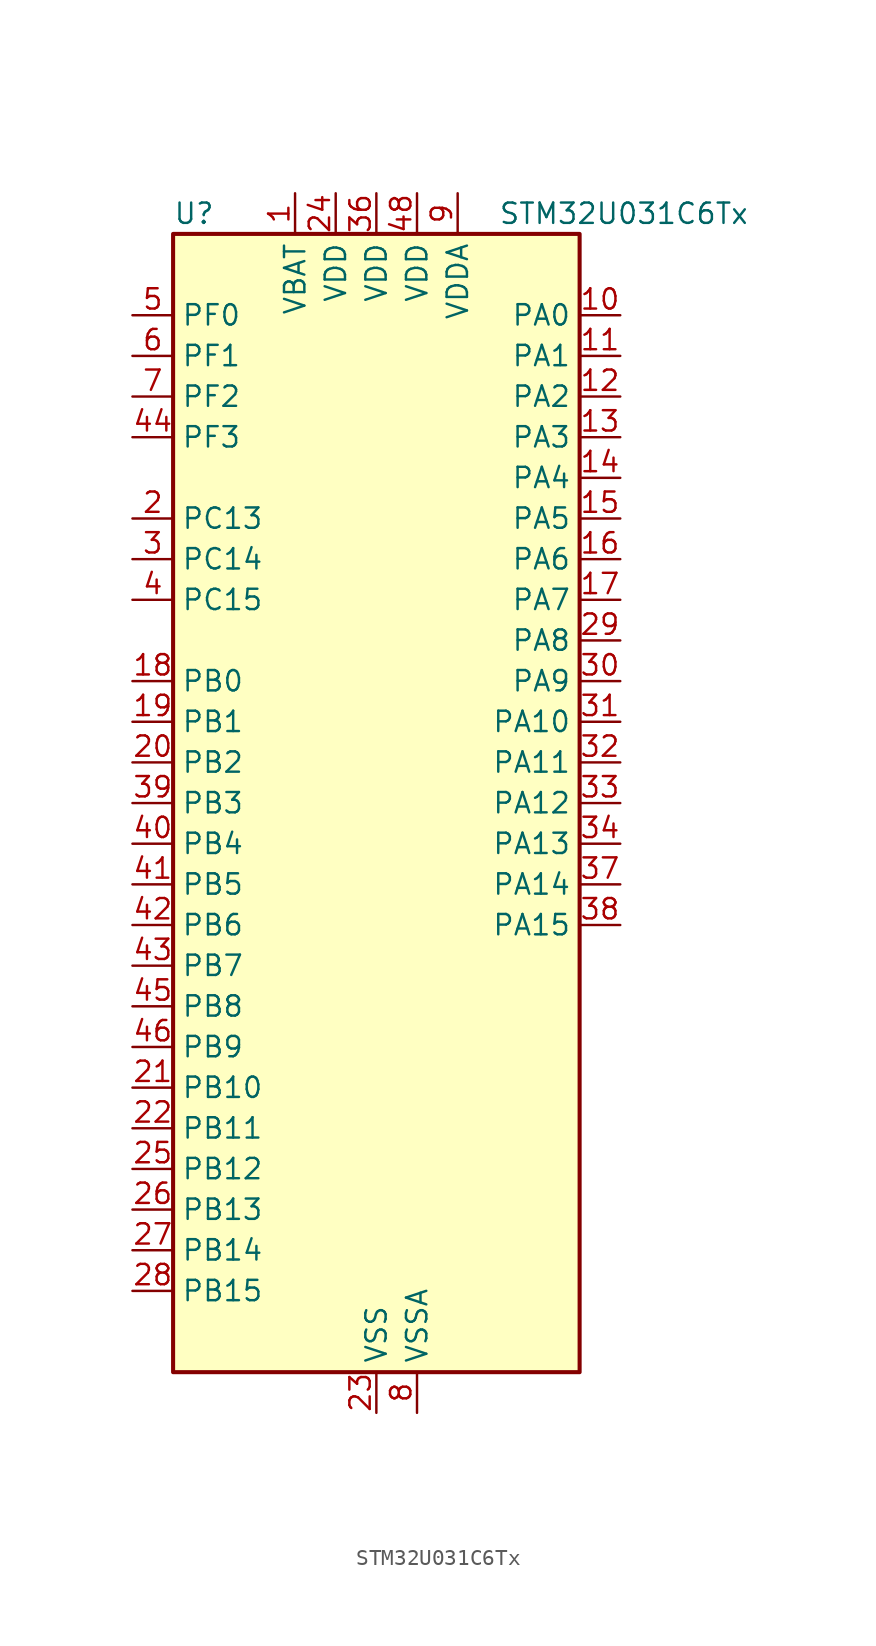
<source format=kicad_sym>
(kicad_symbol_lib
  (version 20241209)
  (generator "kicad_symbol_editor")
  (generator_version "9.0")
  (symbol "STM32U031C6Tx"
    (property "Reference" "U"
      (at -12.7 36.83 0)
      (effects (font (size 1.27 1.27)) (justify left)))
    (property "Value" "STM32U031C6Tx"
      (at 7.62 36.83 0)
      (effects (font (size 1.27 1.27)) (justify left)))
    (symbol "STM32U031C6Tx_0_1"
      (rectangle (start -12.7 -35.56) (end 12.7 35.56) (stroke (width 0.254) (type default)) (fill (type background))))
    (symbol "STM32U031C6Tx_1_1"
      (pin bidirectional line (at -15.24 30.48 0) (length 2.54) (name "PF0" (effects (font (size 1.27 1.27)))) (number "5" (effects (font (size 1.27 1.27)))) (alternate "RCC_OSC_IN" bidirectional line))
      (pin bidirectional line (at -15.24 27.94 0) (length 2.54) (name "PF1" (effects (font (size 1.27 1.27)))) (number "6" (effects (font (size 1.27 1.27)))) (alternate "RCC_OSC_EN" bidirectional line) (alternate "RCC_OSC_OUT" bidirectional line))
      (pin bidirectional line (at -15.24 25.4 0) (length 2.54) (name "PF2" (effects (font (size 1.27 1.27)))) (number "7" (effects (font (size 1.27 1.27)))) (alternate "RCC_MCO" bidirectional line))
      (pin bidirectional line (at -15.24 22.86 0) (length 2.54) (name "PF3" (effects (font (size 1.27 1.27)))) (number "44" (effects (font (size 1.27 1.27)))))
      (pin bidirectional line (at -15.24 17.78 0) (length 2.54) (name "PC13" (effects (font (size 1.27 1.27)))) (number "2" (effects (font (size 1.27 1.27)))) (alternate "LPTIM1_CH3" bidirectional line) (alternate "PWR_WKUP2" bidirectional line) (alternate "RTC_OUT1" bidirectional line) (alternate "RTC_TS" bidirectional line) (alternate "TAMP_IN1" bidirectional line))
      (pin bidirectional line (at -15.24 15.24 0) (length 2.54) (name "PC14" (effects (font (size 1.27 1.27)))) (number "3" (effects (font (size 1.27 1.27)))) (alternate "RCC_OSC32_IN" bidirectional line))
      (pin bidirectional line (at -15.24 12.7 0) (length 2.54) (name "PC15" (effects (font (size 1.27 1.27)))) (number "4" (effects (font (size 1.27 1.27)))) (alternate "RCC_OSC32_EN" bidirectional line) (alternate "RCC_OSC32_OUT" bidirectional line) (alternate "RCC_OSC_EN" bidirectional line))
      (pin bidirectional line (at -15.24 7.62 0) (length 2.54) (name "PB0" (effects (font (size 1.27 1.27)))) (number "18" (effects (font (size 1.27 1.27)))) (alternate "ADC1_IN17" bidirectional line) (alternate "COMP1_OUT" bidirectional line) (alternate "LPUART2_CTS" bidirectional line) (alternate "SPI1_NSS" bidirectional line) (alternate "TIM1_CH2N" bidirectional line) (alternate "TIM3_CH3" bidirectional line) (alternate "TSC_G5_IO2" bidirectional line) (alternate "USART3_CK" bidirectional line))
      (pin bidirectional line (at -15.24 5.08 0) (length 2.54) (name "PB1" (effects (font (size 1.27 1.27)))) (number "19" (effects (font (size 1.27 1.27)))) (alternate "ADC1_IN18" bidirectional line) (alternate "COMP1_INM" bidirectional line) (alternate "LPTIM2_IN1" bidirectional line) (alternate "LPUART1_DE" bidirectional line) (alternate "LPUART1_RTS" bidirectional line) (alternate "LPUART2_DE" bidirectional line) (alternate "LPUART2_RTS" bidirectional line) (alternate "TIM1_CH3N" bidirectional line) (alternate "TIM3_CH4" bidirectional line) (alternate "TSC_SYNC" bidirectional line) (alternate "USART3_DE" bidirectional line) (alternate "USART3_RTS" bidirectional line))
      (pin bidirectional line (at -15.24 2.54 0) (length 2.54) (name "PB2" (effects (font (size 1.27 1.27)))) (number "20" (effects (font (size 1.27 1.27)))) (alternate "COMP1_INP" bidirectional line) (alternate "LPTIM1_CH1" bidirectional line) (alternate "RTC_OUT2" bidirectional line))
      (pin bidirectional line (at -15.24 0 0) (length 2.54) (name "PB3" (effects (font (size 1.27 1.27)))) (number "39" (effects (font (size 1.27 1.27)))) (alternate "DEBUG_JTDO-SWO" bidirectional line) (alternate "I2C2_SCL" bidirectional line) (alternate "I2C3_SCL" bidirectional line) (alternate "LPTIM1_CH3" bidirectional line) (alternate "SPI1_SCK" bidirectional line) (alternate "TIM2_CH2" bidirectional line) (alternate "USART1_DE" bidirectional line) (alternate "USART1_RTS" bidirectional line))
      (pin bidirectional line (at -15.24 -2.54 0) (length 2.54) (name "PB4" (effects (font (size 1.27 1.27)))) (number "40" (effects (font (size 1.27 1.27)))) (alternate "I2C2_SDA" bidirectional line) (alternate "I2C3_SDA" bidirectional line) (alternate "LPTIM1_CH4" bidirectional line) (alternate "SPI1_MISO" bidirectional line) (alternate "TIM3_CH1" bidirectional line) (alternate "TSC_G2_IO1" bidirectional line) (alternate "USART1_CTS" bidirectional line))
      (pin bidirectional line (at -15.24 -5.08 0) (length 2.54) (name "PB5" (effects (font (size 1.27 1.27)))) (number "41" (effects (font (size 1.27 1.27)))) (alternate "LPTIM1_IN1" bidirectional line) (alternate "SPI1_MOSI" bidirectional line) (alternate "TIM16_BKIN" bidirectional line) (alternate "TIM3_CH2" bidirectional line) (alternate "TSC_G2_IO2" bidirectional line) (alternate "USART1_CK" bidirectional line))
      (pin bidirectional line (at -15.24 -7.62 0) (length 2.54) (name "PB6" (effects (font (size 1.27 1.27)))) (number "42" (effects (font (size 1.27 1.27)))) (alternate "I2C1_SCL" bidirectional line) (alternate "I2C2_SCL" bidirectional line) (alternate "LPTIM1_ETR" bidirectional line) (alternate "LPUART2_TX" bidirectional line) (alternate "TIM16_CH1N" bidirectional line) (alternate "TSC_G2_IO3" bidirectional line) (alternate "USART1_TX" bidirectional line))
      (pin bidirectional line (at -15.24 -10.16 0) (length 2.54) (name "PB7" (effects (font (size 1.27 1.27)))) (number "43" (effects (font (size 1.27 1.27)))) (alternate "I2C1_SDA" bidirectional line) (alternate "I2C2_SDA" bidirectional line) (alternate "LPTIM1_IN2" bidirectional line) (alternate "LPUART2_RX" bidirectional line) (alternate "TSC_G2_IO4" bidirectional line) (alternate "USART1_RX" bidirectional line) (alternate "USART4_CTS" bidirectional line))
      (pin bidirectional line (at -15.24 -12.7 0) (length 2.54) (name "PB8" (effects (font (size 1.27 1.27)))) (number "45" (effects (font (size 1.27 1.27)))) (alternate "I2C1_SCL" bidirectional line) (alternate "I2C2_SCL" bidirectional line) (alternate "LPTIM1_IN2" bidirectional line) (alternate "TIM16_CH1" bidirectional line) (alternate "USART3_TX" bidirectional line))
      (pin bidirectional line (at -15.24 -15.24 0) (length 2.54) (name "PB9" (effects (font (size 1.27 1.27)))) (number "46" (effects (font (size 1.27 1.27)))) (alternate "DAC1_EXTI9" bidirectional line) (alternate "I2C1_SDA" bidirectional line) (alternate "I2C2_SDA" bidirectional line) (alternate "IR_OUT" bidirectional line) (alternate "LPTIM1_CH4" bidirectional line) (alternate "SPI2_NSS" bidirectional line) (alternate "USART3_RX" bidirectional line))
      (pin bidirectional line (at -15.24 -17.78 0) (length 2.54) (name "PB10" (effects (font (size 1.27 1.27)))) (number "21" (effects (font (size 1.27 1.27)))) (alternate "COMP1_OUT" bidirectional line) (alternate "I2C2_SCL" bidirectional line) (alternate "LPUART1_RX" bidirectional line) (alternate "LPUART2_RX" bidirectional line) (alternate "SPI2_SCK" bidirectional line) (alternate "TIM2_CH3" bidirectional line) (alternate "TSC_G5_IO3" bidirectional line) (alternate "USART3_TX" bidirectional line))
      (pin bidirectional line (at -15.24 -20.32 0) (length 2.54) (name "PB11" (effects (font (size 1.27 1.27)))) (number "22" (effects (font (size 1.27 1.27)))) (alternate "ADC1_EXTI11" bidirectional line) (alternate "I2C2_SDA" bidirectional line) (alternate "LPUART1_TX" bidirectional line) (alternate "LPUART2_TX" bidirectional line) (alternate "TIM2_CH4" bidirectional line) (alternate "TSC_G5_IO4" bidirectional line) (alternate "USART3_RX" bidirectional line))
      (pin bidirectional line (at -15.24 -22.86 0) (length 2.54) (name "PB12" (effects (font (size 1.27 1.27)))) (number "25" (effects (font (size 1.27 1.27)))) (alternate "LPUART1_DE" bidirectional line) (alternate "LPUART1_RTS" bidirectional line) (alternate "SPI2_NSS" bidirectional line) (alternate "TIM15_BKIN" bidirectional line) (alternate "TIM1_BKIN" bidirectional line) (alternate "TSC_G1_IO1" bidirectional line) (alternate "USART3_CK" bidirectional line))
      (pin bidirectional line (at -15.24 -25.4 0) (length 2.54) (name "PB13" (effects (font (size 1.27 1.27)))) (number "26" (effects (font (size 1.27 1.27)))) (alternate "I2C2_SCL" bidirectional line) (alternate "LPUART1_CTS" bidirectional line) (alternate "SPI2_SCK" bidirectional line) (alternate "TIM15_CH1N" bidirectional line) (alternate "TIM1_CH1N" bidirectional line) (alternate "TSC_G1_IO2" bidirectional line) (alternate "USART3_CTS" bidirectional line))
      (pin bidirectional line (at -15.24 -27.94 0) (length 2.54) (name "PB14" (effects (font (size 1.27 1.27)))) (number "27" (effects (font (size 1.27 1.27)))) (alternate "I2C2_SDA" bidirectional line) (alternate "SPI2_MISO" bidirectional line) (alternate "TIM15_CH1" bidirectional line) (alternate "TIM1_CH2N" bidirectional line) (alternate "TSC_G1_IO3" bidirectional line) (alternate "USART3_DE" bidirectional line) (alternate "USART3_RTS" bidirectional line))
      (pin bidirectional line (at -15.24 -30.48 0) (length 2.54) (name "PB15" (effects (font (size 1.27 1.27)))) (number "28" (effects (font (size 1.27 1.27)))) (alternate "PWR_WKUP7" bidirectional line) (alternate "RTC_REFIN" bidirectional line) (alternate "SPI2_MOSI" bidirectional line) (alternate "TAMP_IN3" bidirectional line) (alternate "TIM15_CH2" bidirectional line) (alternate "TIM1_CH3N" bidirectional line) (alternate "TSC_G1_IO4" bidirectional line))
      (pin power_in line (at -5.08 38.1 270) (length 2.54) (name "VBAT" (effects (font (size 1.27 1.27)))) (number "1" (effects (font (size 1.27 1.27)))))
      (pin power_in line (at -2.54 38.1 270) (length 2.54) (name "VDD" (effects (font (size 1.27 1.27)))) (number "24" (effects (font (size 1.27 1.27)))))
      (pin power_in line (at 0 38.1 270) (length 2.54) (name "VDD" (effects (font (size 1.27 1.27)))) (number "36" (effects (font (size 1.27 1.27)))))
      (pin power_in line (at 0 -38.1 90) (length 2.54) (name "VSS" (effects (font (size 1.27 1.27)))) (number "23" (effects (font (size 1.27 1.27)))))
      (pin passive line (at 0 -38.1 90) (length 2.54) (hide yes) (name "VSS" (effects (font (size 1.27 1.27)))) (number "35" (effects (font (size 1.27 1.27)))))
      (pin passive line (at 0 -38.1 90) (length 2.54) (hide yes) (name "VSS" (effects (font (size 1.27 1.27)))) (number "47" (effects (font (size 1.27 1.27)))))
      (pin power_in line (at 2.54 38.1 270) (length 2.54) (name "VDD" (effects (font (size 1.27 1.27)))) (number "48" (effects (font (size 1.27 1.27)))))
      (pin power_in line (at 2.54 -38.1 90) (length 2.54) (name "VSSA" (effects (font (size 1.27 1.27)))) (number "8" (effects (font (size 1.27 1.27)))))
      (pin power_in line (at 5.08 38.1 270) (length 2.54) (name "VDDA" (effects (font (size 1.27 1.27)))) (number "9" (effects (font (size 1.27 1.27)))))
      (pin bidirectional line (at 15.24 30.48 180) (length 2.54) (name "PA0" (effects (font (size 1.27 1.27)))) (number "10" (effects (font (size 1.27 1.27)))) (alternate "ADC1_IN4" bidirectional line) (alternate "COMP1_INM" bidirectional line) (alternate "COMP1_OUT" bidirectional line) (alternate "OPAMP1_VINP" bidirectional line) (alternate "PWR_WKUP1" bidirectional line) (alternate "TAMP_IN2" bidirectional line) (alternate "TIM2_CH1" bidirectional line) (alternate "TIM2_ETR" bidirectional line) (alternate "USART2_CTS" bidirectional line) (alternate "USART4_TX" bidirectional line))
      (pin bidirectional line (at 15.24 27.94 180) (length 2.54) (name "PA1" (effects (font (size 1.27 1.27)))) (number "11" (effects (font (size 1.27 1.27)))) (alternate "ADC1_IN5" bidirectional line) (alternate "COMP1_INP" bidirectional line) (alternate "LPTIM1_CH2" bidirectional line) (alternate "OPAMP1_VINM" bidirectional line) (alternate "PWR_WKUP3" bidirectional line) (alternate "SPI1_SCK" bidirectional line) (alternate "SPI2_SCK" bidirectional line) (alternate "TAMP_IN5" bidirectional line) (alternate "TIM15_CH1N" bidirectional line) (alternate "TIM2_CH2" bidirectional line) (alternate "USART2_DE" bidirectional line) (alternate "USART2_RTS" bidirectional line) (alternate "USART4_RX" bidirectional line))
      (pin bidirectional line (at 15.24 25.4 180) (length 2.54) (name "PA2" (effects (font (size 1.27 1.27)))) (number "12" (effects (font (size 1.27 1.27)))) (alternate "ADC1_IN6" bidirectional line) (alternate "LPUART1_TX" bidirectional line) (alternate "PWR_WKUP4" bidirectional line) (alternate "RCC_LSCO" bidirectional line) (alternate "TIM15_CH1" bidirectional line) (alternate "TIM2_CH3" bidirectional line) (alternate "USART2_TX" bidirectional line))
      (pin bidirectional line (at 15.24 22.86 180) (length 2.54) (name "PA3" (effects (font (size 1.27 1.27)))) (number "13" (effects (font (size 1.27 1.27)))) (alternate "ADC1_IN7" bidirectional line) (alternate "LPUART1_RX" bidirectional line) (alternate "OPAMP1_VOUT" bidirectional line) (alternate "TIM15_CH2" bidirectional line) (alternate "TIM2_CH4" bidirectional line) (alternate "USART2_RX" bidirectional line))
      (pin bidirectional line (at 15.24 20.32 180) (length 2.54) (name "PA4" (effects (font (size 1.27 1.27)))) (number "14" (effects (font (size 1.27 1.27)))) (alternate "ADC1_IN8" bidirectional line) (alternate "COMP1_INM" bidirectional line) (alternate "DAC1_OUT1" bidirectional line) (alternate "LPTIM2_CH1" bidirectional line) (alternate "SPI1_NSS" bidirectional line) (alternate "USART2_CK" bidirectional line))
      (pin bidirectional line (at 15.24 17.78 180) (length 2.54) (name "PA5" (effects (font (size 1.27 1.27)))) (number "15" (effects (font (size 1.27 1.27)))) (alternate "ADC1_IN9" bidirectional line) (alternate "COMP1_INM" bidirectional line) (alternate "LPTIM2_ETR" bidirectional line) (alternate "SPI1_SCK" bidirectional line) (alternate "TIM2_CH1" bidirectional line) (alternate "TIM2_ETR" bidirectional line) (alternate "USART3_TX" bidirectional line))
      (pin bidirectional line (at 15.24 15.24 180) (length 2.54) (name "PA6" (effects (font (size 1.27 1.27)))) (number "16" (effects (font (size 1.27 1.27)))) (alternate "ADC1_IN10" bidirectional line) (alternate "COMP1_OUT" bidirectional line) (alternate "I2C2_SDA" bidirectional line) (alternate "I2C3_SDA" bidirectional line) (alternate "LPUART1_CTS" bidirectional line) (alternate "SPI1_MISO" bidirectional line) (alternate "TIM16_CH1" bidirectional line) (alternate "TIM1_BKIN" bidirectional line) (alternate "TIM3_CH1" bidirectional line) (alternate "TSC_G5_IO1" bidirectional line) (alternate "USART3_CTS" bidirectional line))
      (pin bidirectional line (at 15.24 12.7 180) (length 2.54) (name "PA7" (effects (font (size 1.27 1.27)))) (number "17" (effects (font (size 1.27 1.27)))) (alternate "ADC1_IN14" bidirectional line) (alternate "I2C2_SCL" bidirectional line) (alternate "I2C3_SCL" bidirectional line) (alternate "LPTIM2_CH2" bidirectional line) (alternate "SPI1_MOSI" bidirectional line) (alternate "TIM1_CH1N" bidirectional line) (alternate "TIM3_CH2" bidirectional line) (alternate "USART3_RX" bidirectional line))
      (pin bidirectional line (at 15.24 10.16 180) (length 2.54) (name "PA8" (effects (font (size 1.27 1.27)))) (number "29" (effects (font (size 1.27 1.27)))) (alternate "LPTIM2_CH1" bidirectional line) (alternate "RCC_MCO" bidirectional line) (alternate "RCC_MCO2" bidirectional line) (alternate "TIM1_CH1" bidirectional line) (alternate "TSC_G7_IO1" bidirectional line) (alternate "USART1_CK" bidirectional line))
      (pin bidirectional line (at 15.24 7.62 180) (length 2.54) (name "PA9" (effects (font (size 1.27 1.27)))) (number "30" (effects (font (size 1.27 1.27)))) (alternate "COMP1_INP" bidirectional line) (alternate "DAC1_EXTI9" bidirectional line) (alternate "I2C1_SCL" bidirectional line) (alternate "I2C2_SCL" bidirectional line) (alternate "RCC_MCO" bidirectional line) (alternate "TIM15_BKIN" bidirectional line) (alternate "TIM1_CH2" bidirectional line) (alternate "TSC_G7_IO2" bidirectional line) (alternate "USART1_TX" bidirectional line))
      (pin bidirectional line (at 15.24 5.08 180) (length 2.54) (name "PA10" (effects (font (size 1.27 1.27)))) (number "31" (effects (font (size 1.27 1.27)))) (alternate "I2C1_SDA" bidirectional line) (alternate "I2C2_SDA" bidirectional line) (alternate "RCC_MCO2" bidirectional line) (alternate "SPI2_NSS" bidirectional line) (alternate "TIM1_CH3" bidirectional line) (alternate "TSC_G7_IO3" bidirectional line) (alternate "USART1_RX" bidirectional line))
      (pin bidirectional line (at 15.24 2.54 180) (length 2.54) (name "PA11" (effects (font (size 1.27 1.27)))) (number "32" (effects (font (size 1.27 1.27)))) (alternate "ADC1_EXTI11" bidirectional line) (alternate "COMP1_OUT" bidirectional line) (alternate "SPI1_MISO" bidirectional line) (alternate "SPI2_MISO" bidirectional line) (alternate "TIM1_BKIN2" bidirectional line) (alternate "TIM1_CH4" bidirectional line) (alternate "USART1_CTS" bidirectional line))
      (pin bidirectional line (at 15.24 0 180) (length 2.54) (name "PA12" (effects (font (size 1.27 1.27)))) (number "33" (effects (font (size 1.27 1.27)))) (alternate "SPI1_MOSI" bidirectional line) (alternate "SPI2_MOSI" bidirectional line) (alternate "TIM1_ETR" bidirectional line) (alternate "USART1_DE" bidirectional line) (alternate "USART1_RTS" bidirectional line))
      (pin bidirectional line (at 15.24 -2.54 180) (length 2.54) (name "PA13" (effects (font (size 1.27 1.27)))) (number "34" (effects (font (size 1.27 1.27)))) (alternate "DEBUG_JTMS-SWDIO" bidirectional line) (alternate "IR_OUT" bidirectional line) (alternate "TSC_G7_IO4" bidirectional line))
      (pin bidirectional line (at 15.24 -5.08 180) (length 2.54) (name "PA14" (effects (font (size 1.27 1.27)))) (number "37" (effects (font (size 1.27 1.27)))) (alternate "DEBUG_JTCK-SWCLK" bidirectional line) (alternate "LPTIM1_CH1" bidirectional line) (alternate "TSC_G3_IO4" bidirectional line))
      (pin bidirectional line (at 15.24 -7.62 180) (length 2.54) (name "PA15" (effects (font (size 1.27 1.27)))) (number "38" (effects (font (size 1.27 1.27)))) (alternate "DEBUG_JTDI" bidirectional line) (alternate "SPI1_NSS" bidirectional line) (alternate "TIM2_CH1" bidirectional line) (alternate "TIM2_ETR" bidirectional line) (alternate "TSC_G3_IO1" bidirectional line) (alternate "USART2_RX" bidirectional line) (alternate "USART3_DE" bidirectional line) (alternate "USART3_RTS" bidirectional line) (alternate "USART4_DE" bidirectional line) (alternate "USART4_RTS" bidirectional line)))))
</source>
